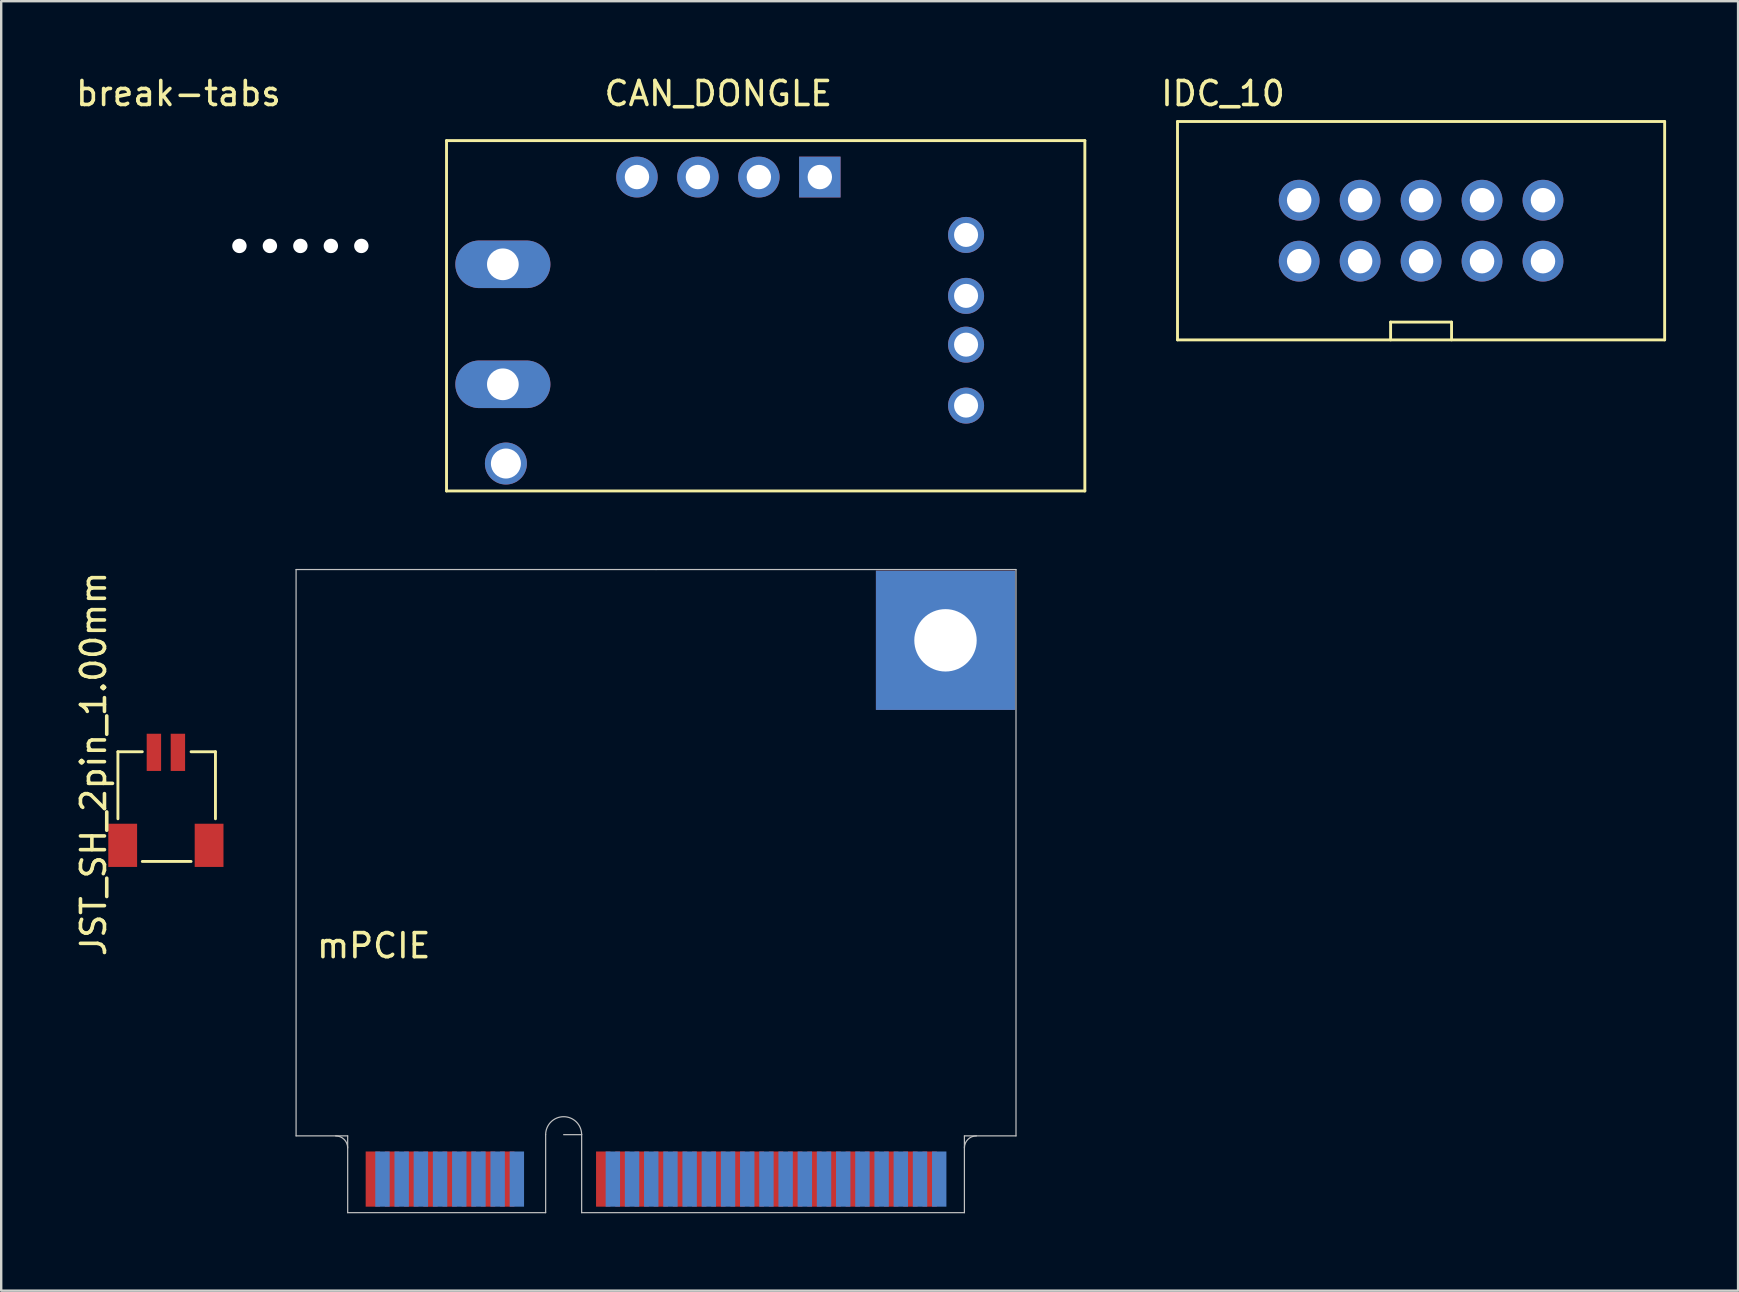
<source format=kicad_pcb>
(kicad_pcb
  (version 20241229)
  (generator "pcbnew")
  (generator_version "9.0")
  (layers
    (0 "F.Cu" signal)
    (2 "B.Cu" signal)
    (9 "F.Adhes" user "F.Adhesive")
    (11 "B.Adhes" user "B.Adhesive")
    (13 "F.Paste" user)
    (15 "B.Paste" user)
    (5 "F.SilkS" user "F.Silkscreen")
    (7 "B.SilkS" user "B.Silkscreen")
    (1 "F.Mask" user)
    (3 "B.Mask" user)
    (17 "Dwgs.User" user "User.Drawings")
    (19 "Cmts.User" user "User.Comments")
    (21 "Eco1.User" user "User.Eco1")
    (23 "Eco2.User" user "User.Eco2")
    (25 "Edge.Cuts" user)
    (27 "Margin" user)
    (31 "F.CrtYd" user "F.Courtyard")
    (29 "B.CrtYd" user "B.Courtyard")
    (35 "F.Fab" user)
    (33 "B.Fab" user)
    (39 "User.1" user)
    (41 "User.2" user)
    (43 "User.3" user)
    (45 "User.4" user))
  (footprint "CAN_DONGLE"
    (layer "F.Cu")
    (at 15.557 17.409)
    (property "Reference" "CAN_DONGLE" (at 11.328 -16.561 0) (layer "F.SilkS") (effects (font (size 1 1) (thickness 0.15))))
    (attr through_hole)
    (fp_line (start 0 -14.6) (end 26.6 -14.6) (stroke (width 0.12) (type solid)) (layer "F.SilkS"))
    (fp_line (start 0 0) (end 0 -14.6) (stroke (width 0.12) (type solid)) (layer "F.SilkS"))
    (fp_line (start 0 0) (end 26.6 0) (stroke (width 0.12) (type solid)) (layer "F.SilkS"))
    (fp_line (start 26.6 0) (end 26.6 -14.6) (stroke (width 0.12) (type solid)) (layer "F.SilkS"))
    (pad "1" thru_hole oval (at 2.348 -9.445 90) (size 1.981 3.962) (drill 1.321) (layers "*.Cu" "*.Mask"))
    (pad "2" thru_hole oval (at 2.348 -4.445 90) (size 1.981 3.962) (drill 1.321) (layers "*.Cu" "*.Mask"))
    (pad "3" thru_hole oval (at 10.476 -13.081 90) (size 1.7 1.727) (drill 1.016) (layers "*.Cu" "*.Mask"))
    (pad "4" thru_hole oval (at 7.936 -13.081 90) (size 1.7 1.727) (drill 1.016) (layers "*.Cu" "*.Mask"))
    (pad "5" thru_hole circle (at 2.475 -1.143) (size 1.75 1.75) (drill 1.25) (layers "*.Cu" "*.Mask"))
    (pad "5" thru_hole oval (at 13.016 -13.081 90) (size 1.7 1.727) (drill 1.016) (layers "*.Cu" "*.Mask"))
    (pad "5" thru_hole circle (at 21.65 -3.557 90) (size 1.501 1.501) (drill 1.001) (layers "*.Cu" "*.Mask"))
    (pad "6" thru_hole circle (at 21.65 -6.097 90) (size 1.501 1.501) (drill 1.001) (layers "*.Cu" "*.Mask"))
    (pad "7" thru_hole circle (at 21.65 -8.129 90) (size 1.501 1.501) (drill 1.001) (layers "*.Cu" "*.Mask"))
    (pad "8" thru_hole rect (at 15.556 -13.081 90) (size 1.7 1.727) (drill 1.016) (layers "*.Cu" "*.Mask"))
    (pad "8" thru_hole circle (at 21.65 -10.669 90) (size 1.501 1.501) (drill 1.001) (layers "*.Cu" "*.Mask")))
  (footprint "break-tabs"
    (layer "F.Cu")
    (at 6.927 7.198)
    (property "Reference" "break-tabs" (at -2.54 -6.35 0) (layer "F.SilkS") (effects (font (size 1 1) (thickness 0.15))))
    (attr through_hole)
    (pad "" np_thru_hole circle (at 0 0) (size 0.6 0.6) (drill 0.6) (layers "*.Cu" "*.Mask"))
    (pad "" np_thru_hole circle (at 1.27 0) (size 0.6 0.6) (drill 0.6) (layers "*.Cu" "*.Mask"))
    (pad "" np_thru_hole circle (at 2.54 0) (size 0.6 0.6) (drill 0.6) (layers "*.Cu" "*.Mask"))
    (pad "" np_thru_hole circle (at 3.81 0) (size 0.6 0.6) (drill 0.6) (layers "*.Cu" "*.Mask"))
    (pad "" np_thru_hole circle (at 5.08 0) (size 0.6 0.6) (drill 0.6) (layers "*.Cu" "*.Mask")))
  (footprint "IDC_10"
    (layer "F.Cu")
    (at 51.088 7.833)
    (property "Reference" "IDC_10" (at -3.175 -6.985 0) (layer "F.SilkS") (effects (font (size 1 1) (thickness 0.15))))
    (attr through_hole)
    (fp_line (start -5.07 -5.82) (end 15.23 -5.82) (stroke (width 0.12) (type solid)) (layer "F.SilkS"))
    (fp_line (start -5.07 3.28) (end -5.07 -5.82) (stroke (width 0.12) (type solid)) (layer "F.SilkS"))
    (fp_line (start -5.07 3.28) (end 15.23 3.28) (stroke (width 0.12) (type solid)) (layer "F.SilkS"))
    (fp_line (start 3.81 2.54) (end 3.81 3.28) (stroke (width 0.12) (type solid)) (layer "F.SilkS"))
    (fp_line (start 3.81 2.54) (end 6.35 2.54) (stroke (width 0.12) (type solid)) (layer "F.SilkS"))
    (fp_line (start 6.35 2.54) (end 6.35 3.28) (stroke (width 0.12) (type solid)) (layer "F.SilkS"))
    (fp_line (start 15.23 3.28) (end 15.23 -5.82) (stroke (width 0.12) (type solid)) (layer "F.SilkS"))
    (pad "1" thru_hole circle (at 0 0) (size 1.7 1.7) (drill 1.02) (layers "*.Cu" "*.Mask"))
    (pad "2" thru_hole circle (at 0 -2.54) (size 1.7 1.7) (drill 1.02) (layers "*.Cu" "*.Mask"))
    (pad "3" thru_hole circle (at 2.54 0) (size 1.7 1.7) (drill 1.02) (layers "*.Cu" "*.Mask"))
    (pad "4" thru_hole circle (at 2.54 -2.54) (size 1.7 1.7) (drill 1.02) (layers "*.Cu" "*.Mask"))
    (pad "5" thru_hole circle (at 5.08 0) (size 1.7 1.7) (drill 1.02) (layers "*.Cu" "*.Mask"))
    (pad "6" thru_hole circle (at 5.08 -2.54) (size 1.7 1.7) (drill 1.02) (layers "*.Cu" "*.Mask"))
    (pad "7" thru_hole circle (at 7.62 0) (size 1.7 1.7) (drill 1.02) (layers "*.Cu" "*.Mask"))
    (pad "8" thru_hole circle (at 7.62 -2.54) (size 1.7 1.7) (drill 1.02) (layers "*.Cu" "*.Mask"))
    (pad "9" thru_hole circle (at 10.16 0) (size 1.7 1.7) (drill 1.02) (layers "*.Cu" "*.Mask"))
    (pad "10" thru_hole circle (at 10.16 -2.54) (size 1.7 1.7) (drill 1.02) (layers "*.Cu" "*.Mask")))
  (footprint "mPCIE"
    (layer "F.Cu")
    (at 19.688 47.484)
    (property "Reference" "mPCIE" (at -7.163 -11.125 0) (layer "F.SilkS") (effects (font (size 1 1) (thickness 0.15))))
    (attr through_hole)
    (fp_line (start -10.4 -26.8) (end -10.4 -3.2) (stroke (width 0.05) (type solid)) (layer "Dwgs.User"))
    (fp_line (start -10.4 -26.8) (end 4.6 -26.8) (stroke (width 0.05) (type solid)) (layer "Dwgs.User"))
    (fp_line (start -10.4 -3.2) (end -8.25 -3.2) (stroke (width 0.05) (type solid)) (layer "Dwgs.User"))
    (fp_line (start -8.25 -3.2) (end -8.25 0) (stroke (width 0.05) (type solid)) (layer "Dwgs.User"))
    (fp_line (start -8.25 0) (end 0 0) (stroke (width 0.05) (type solid)) (layer "Dwgs.User"))
    (fp_line (start 0 -3.25) (end 0 0) (stroke (width 0.05) (type solid)) (layer "Dwgs.User"))
    (fp_line (start 0.75 -3.25) (end 1.5 -3.25) (stroke (width 0.05) (type solid)) (layer "Dwgs.User"))
    (fp_line (start 1.5 -3.25) (end 1.5 0) (stroke (width 0.05) (type solid)) (layer "Dwgs.User"))
    (fp_line (start 1.5 0) (end 17.45 0) (stroke (width 0.05) (type solid)) (layer "Dwgs.User"))
    (fp_line (start 4.6 -26.8) (end 19.6 -26.8) (stroke (width 0.05) (type solid)) (layer "Dwgs.User"))
    (fp_line (start 17.45 -3.2) (end 17.45 0) (stroke (width 0.05) (type solid)) (layer "Dwgs.User"))
    (fp_line (start 17.45 -3.2) (end 19.6 -3.2) (stroke (width 0.05) (type solid)) (layer "Dwgs.User"))
    (fp_line (start 19.6 -26.8) (end 19.6 -3.2) (stroke (width 0.05) (type solid)) (layer "Dwgs.User"))
    (fp_arc (start -8.74992 -3.20002) (mid -8.396367 -3.053573) (end -8.24992 -2.70002) (stroke (width 0.05) (type solid)) (layer "Dwgs.User"))
    (fp_arc (start 0 -3.25) (mid 0.75 -4) (end 1.5 -3.25) (stroke (width 0.05) (type solid)) (layer "Dwgs.User"))
    (fp_arc (start 17.4498 -2.7004) (mid 17.596247 -3.053953) (end 17.9498 -3.2004) (stroke (width 0.05) (type solid)) (layer "Dwgs.User"))
    (pad "1" smd rect (at -7.2 -1.4 90) (size 2.3 0.6) (layers "F.Cu" "F.Mask" "F.Paste"))
    (pad "2" smd rect (at -6.8 -1.4 270) (size 2.3 0.6) (layers "B.Cu" "B.Mask" "B.Paste"))
    (pad "3" smd rect (at -6.4 -1.4 90) (size 2.3 0.6) (layers "F.Cu" "F.Mask" "F.Paste"))
    (pad "4" smd rect (at -6 -1.4 270) (size 2.3 0.6) (layers "B.Cu" "B.Mask" "B.Paste"))
    (pad "5" smd rect (at -5.6 -1.4 90) (size 2.3 0.6) (layers "F.Cu" "F.Mask" "F.Paste"))
    (pad "6" smd rect (at -5.2 -1.4 270) (size 2.3 0.6) (layers "B.Cu" "B.Mask" "B.Paste"))
    (pad "7" smd rect (at -4.8 -1.397 90) (size 2.3 0.6) (layers "F.Cu" "F.Mask" "F.Paste"))
    (pad "8" smd rect (at -4.4 -1.4 270) (size 2.3 0.6) (layers "B.Cu" "B.Mask" "B.Paste"))
    (pad "9" smd rect (at -4 -1.4 90) (size 2.3 0.6) (layers "F.Cu" "F.Mask" "F.Paste"))
    (pad "10" smd rect (at -3.6 -1.4 270) (size 2.3 0.6) (layers "B.Cu" "B.Mask" "B.Paste"))
    (pad "11" smd rect (at -3.2 -1.4 90) (size 2.3 0.6) (layers "F.Cu" "F.Mask" "F.Paste"))
    (pad "12" smd rect (at -2.8 -1.4 270) (size 2.3 0.6) (layers "B.Cu" "B.Mask" "B.Paste"))
    (pad "13" smd rect (at -2.4 -1.4 90) (size 2.3 0.6) (layers "F.Cu" "F.Mask" "F.Paste"))
    (pad "14" smd rect (at -2 -1.4 270) (size 2.3 0.6) (layers "B.Cu" "B.Mask" "B.Paste"))
    (pad "15" smd rect (at -1.6 -1.4 90) (size 2.3 0.6) (layers "F.Cu" "F.Mask" "F.Paste"))
    (pad "16" smd rect (at -1.2 -1.4 270) (size 2.3 0.6) (layers "B.Cu" "B.Mask" "B.Paste"))
    (pad "17" smd rect (at 2.4 -1.4 90) (size 2.3 0.6) (layers "F.Cu" "F.Mask" "F.Paste"))
    (pad "18" smd rect (at 2.8 -1.4 270) (size 2.3 0.6) (layers "B.Cu" "B.Mask" "B.Paste"))
    (pad "19" smd rect (at 3.2 -1.4 90) (size 2.3 0.6) (layers "F.Cu" "F.Mask" "F.Paste"))
    (pad "20" smd rect (at 3.6 -1.4 270) (size 2.3 0.6) (layers "B.Cu" "B.Mask" "B.Paste"))
    (pad "21" smd rect (at 4 -1.4 90) (size 2.3 0.6) (layers "F.Cu" "F.Mask" "F.Paste"))
    (pad "22" smd rect (at 4.4 -1.4 270) (size 2.3 0.6) (layers "B.Cu" "B.Mask" "B.Paste"))
    (pad "23" smd rect (at 4.8 -1.4 90) (size 2.3 0.6) (layers "F.Cu" "F.Mask" "F.Paste"))
    (pad "24" smd rect (at 5.2 -1.4 270) (size 2.3 0.6) (layers "B.Cu" "B.Mask" "B.Paste"))
    (pad "25" smd rect (at 5.6 -1.4 90) (size 2.3 0.6) (layers "F.Cu" "F.Mask" "F.Paste"))
    (pad "26" smd rect (at 6 -1.4 270) (size 2.3 0.6) (layers "B.Cu" "B.Mask" "B.Paste"))
    (pad "27" smd rect (at 6.4 -1.4 90) (size 2.3 0.6) (layers "F.Cu" "F.Mask" "F.Paste"))
    (pad "28" smd rect (at 6.8 -1.4 270) (size 2.3 0.6) (layers "B.Cu" "B.Mask" "B.Paste"))
    (pad "29" smd rect (at 7.2 -1.4 90) (size 2.3 0.6) (layers "F.Cu" "F.Mask" "F.Paste"))
    (pad "30" smd rect (at 7.6 -1.4 270) (size 2.3 0.6) (layers "B.Cu" "B.Mask" "B.Paste"))
    (pad "31" smd rect (at 8 -1.4 90) (size 2.3 0.6) (layers "F.Cu" "F.Mask" "F.Paste"))
    (pad "32" smd rect (at 8.4 -1.4 270) (size 2.3 0.6) (layers "B.Cu" "B.Mask" "B.Paste"))
    (pad "33" smd rect (at 8.8 -1.4 90) (size 2.3 0.6) (layers "F.Cu" "F.Mask" "F.Paste"))
    (pad "34" smd rect (at 9.2 -1.4 270) (size 2.3 0.6) (layers "B.Cu" "B.Mask" "B.Paste"))
    (pad "35" smd rect (at 9.6 -1.4 90) (size 2.3 0.6) (layers "F.Cu" "F.Mask" "F.Paste"))
    (pad "36" smd rect (at 10 -1.4 270) (size 2.3 0.6) (layers "B.Cu" "B.Mask" "B.Paste"))
    (pad "37" smd rect (at 10.4 -1.4 90) (size 2.3 0.6) (layers "F.Cu" "F.Mask" "F.Paste"))
    (pad "38" smd rect (at 10.8 -1.4 270) (size 2.3 0.6) (layers "B.Cu" "B.Mask" "B.Paste"))
    (pad "39" smd rect (at 11.2 -1.4 90) (size 2.3 0.6) (layers "F.Cu" "F.Mask" "F.Paste"))
    (pad "40" smd rect (at 11.6 -1.4 270) (size 2.3 0.6) (layers "B.Cu" "B.Mask" "B.Paste"))
    (pad "41" smd rect (at 12 -1.4 90) (size 2.3 0.6) (layers "F.Cu" "F.Mask" "F.Paste"))
    (pad "42" smd rect (at 12.4 -1.4 270) (size 2.3 0.6) (layers "B.Cu" "B.Mask" "B.Paste"))
    (pad "43" smd rect (at 12.8 -1.4 90) (size 2.3 0.6) (layers "F.Cu" "F.Mask" "F.Paste"))
    (pad "44" smd rect (at 13.2 -1.4 270) (size 2.3 0.6) (layers "B.Cu" "B.Mask" "B.Paste"))
    (pad "45" smd rect (at 13.6 -1.4 90) (size 2.3 0.6) (layers "F.Cu" "F.Mask" "F.Paste"))
    (pad "46" smd rect (at 14 -1.4 270) (size 2.3 0.6) (layers "B.Cu" "B.Mask" "B.Paste"))
    (pad "47" smd rect (at 14.4 -1.4 90) (size 2.3 0.6) (layers "F.Cu" "F.Mask" "F.Paste"))
    (pad "48" smd rect (at 14.8 -1.4 270) (size 2.3 0.6) (layers "B.Cu" "B.Mask" "B.Paste"))
    (pad "49" smd rect (at 15.2 -1.4 90) (size 2.3 0.6) (layers "F.Cu" "F.Mask" "F.Paste"))
    (pad "50" smd rect (at 15.6 -1.4 270) (size 2.3 0.6) (layers "B.Cu" "B.Mask" "B.Paste"))
    (pad "51" smd rect (at 16.002 -1.4 90) (size 2.3 0.6) (layers "F.Cu" "F.Mask" "F.Paste"))
    (pad "52" smd rect (at 16.4 -1.4 270) (size 2.3 0.6) (layers "B.Cu" "B.Mask" "B.Paste"))
    (pad "53" thru_hole rect (at 16.662 -23.851) (size 5.8 5.8) (drill 2.6) (layers "*.Cu" "*.Mask")))
  (footprint "JST_SH_2pin_1.00mm"
    (layer "F.Cu")
    (at 3.363 28.301)
    (property "Reference" "JST_SH_2pin_1.00mm" (at -2.515 0.483 90) (layer "F.SilkS") (effects (font (size 1 1) (thickness 0.15))))
    (attr through_hole)
    (fp_line (start -1.499 -0.025) (end -1.499 2.769) (stroke (width 0.12) (type solid)) (layer "F.SilkS"))
    (fp_line (start -0.483 -0.025) (end -1.499 -0.025) (stroke (width 0.12) (type solid)) (layer "F.SilkS"))
    (fp_line (start -0.483 4.547) (end 1.549 4.547) (stroke (width 0.12) (type solid)) (layer "F.SilkS"))
    (fp_line (start 2.565 -0.025) (end 1.549 -0.025) (stroke (width 0.12) (type solid)) (layer "F.SilkS"))
    (fp_line (start 2.565 2.769) (end 2.565 -0.025) (stroke (width 0.12) (type solid)) (layer "F.SilkS"))
    (pad "1" smd rect (at -1.3 3.875) (size 1.2 1.8) (layers "F.Cu" "F.Mask" "F.Paste"))
    (pad "1" smd rect (at 0 0) (size 0.6 1.55) (layers "F.Cu" "F.Mask" "F.Paste"))
    (pad "1" smd rect (at 2.3 3.875) (size 1.2 1.8) (layers "F.Cu" "F.Mask" "F.Paste"))
    (pad "2" smd rect (at 1 0) (size 0.6 1.55) (layers "F.Cu" "F.Mask" "F.Paste")))
  (gr_rect
    (start -3 -3)
    (end 69.378 50.734)
    (stroke (width 0.1) (type default))
    (fill no)
    (layer "Edge.Cuts")))
</source>
